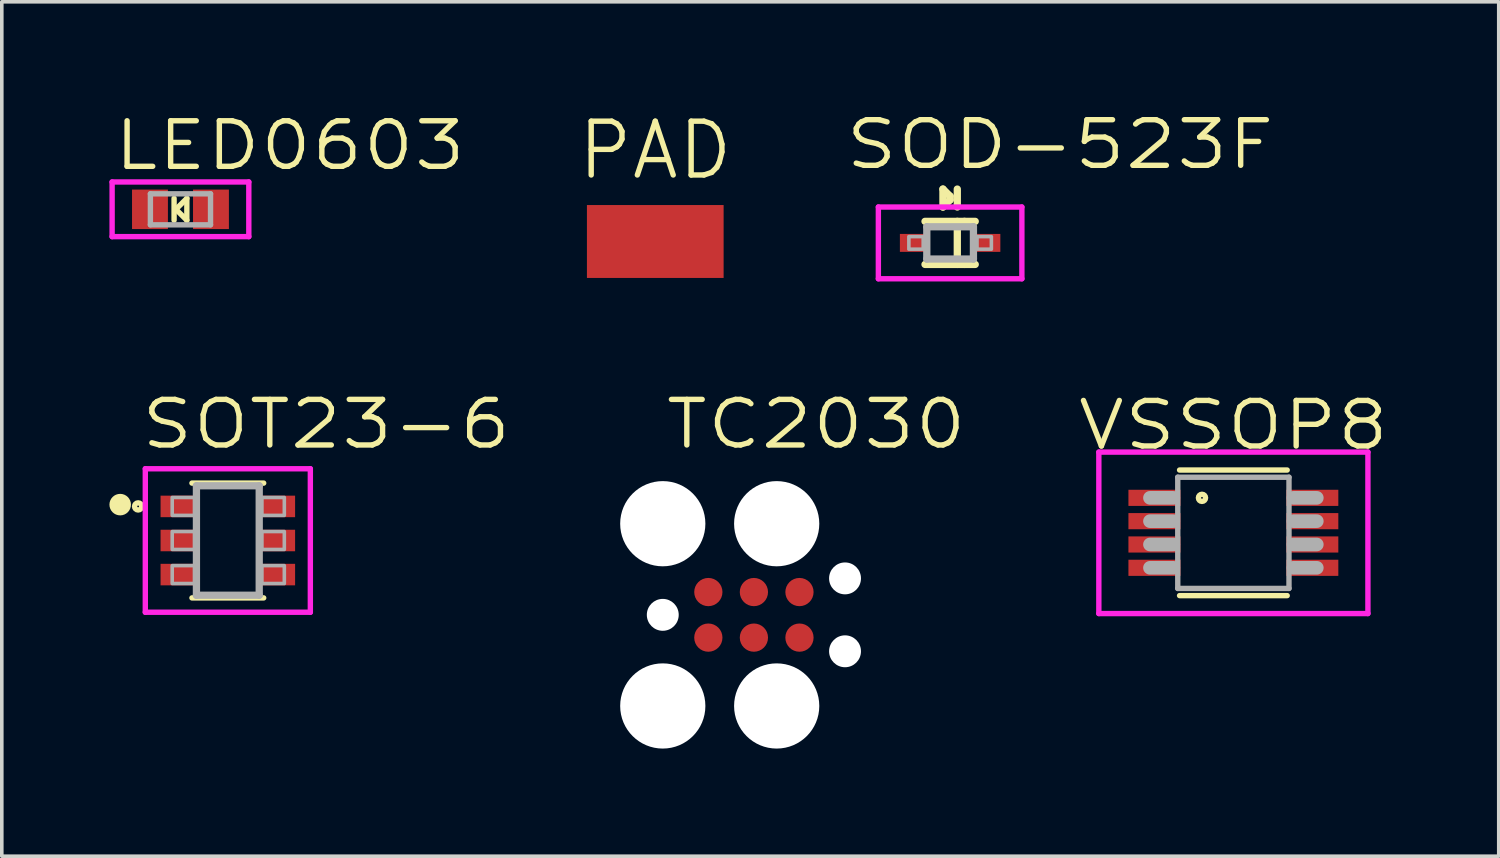
<source format=kicad_pcb>
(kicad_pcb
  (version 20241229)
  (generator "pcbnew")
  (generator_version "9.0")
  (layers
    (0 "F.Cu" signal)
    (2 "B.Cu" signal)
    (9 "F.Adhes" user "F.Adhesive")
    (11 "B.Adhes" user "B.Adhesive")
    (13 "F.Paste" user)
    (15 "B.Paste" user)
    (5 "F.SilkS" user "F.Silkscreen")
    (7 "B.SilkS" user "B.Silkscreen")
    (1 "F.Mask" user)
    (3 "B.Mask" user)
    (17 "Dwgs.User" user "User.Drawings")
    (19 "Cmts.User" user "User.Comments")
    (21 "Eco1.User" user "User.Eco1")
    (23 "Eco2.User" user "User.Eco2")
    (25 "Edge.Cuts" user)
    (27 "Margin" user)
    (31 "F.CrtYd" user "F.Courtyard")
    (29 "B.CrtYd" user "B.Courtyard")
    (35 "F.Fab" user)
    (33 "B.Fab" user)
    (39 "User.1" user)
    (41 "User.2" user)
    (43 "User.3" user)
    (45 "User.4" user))
  (footprint "PAD"
    (layer "F.Cu")
    (at 15.214 3.681)
    (property "Reference" "PAD" (at 0 -2.54 0) (layer "F.SilkS") (effects (font (size 1.5 1.5) (thickness 0.15))))
    (attr through_hole)
    (pad "1" smd rect (at 0 0) (size 3.81 2.032) (layers "F.Cu" "F.Mask" "F.Paste")))
  (footprint "SOD-523F"
    (layer "F.Cu")
    (at 23.432 3.72)
    (property "Reference" "SOD-523F" (at -3 -2 0) (layer "F.SilkS") (effects (font (size 1.27 1.5) (thickness 0.15)) (justify left bottom)))
    (attr through_hole)
    (fp_line (start -0.7 -0.6) (end 0.4 -0.6) (stroke (width 0.203) (type solid)) (layer "F.SilkS"))
    (fp_line (start -0.2 -1.5) (end -0.2 -1) (stroke (width 0.203) (type solid)) (layer "F.SilkS"))
    (fp_line (start -0.2 -1) (end 0 -1.2) (stroke (width 0.203) (type solid)) (layer "F.SilkS"))
    (fp_line (start 0 -1.3) (end -0.2 -1.5) (stroke (width 0.203) (type solid)) (layer "F.SilkS"))
    (fp_line (start 0 -1.2) (end 0 -1.3) (stroke (width 0.203) (type solid)) (layer "F.SilkS"))
    (fp_line (start 0.2 -1.5) (end 0.2 -1) (stroke (width 0.203) (type solid)) (layer "F.SilkS"))
    (fp_line (start 0.2 -0.6) (end 0.2 0.6) (stroke (width 0.203) (type solid)) (layer "F.SilkS"))
    (fp_line (start 0.4 -0.6) (end 0.7 -0.6) (stroke (width 0.203) (type solid)) (layer "F.SilkS"))
    (fp_line (start 0.4 0.6) (end -0.7 0.6) (stroke (width 0.203) (type solid)) (layer "F.SilkS"))
    (fp_line (start 0.7 0.6) (end 0.4 0.6) (stroke (width 0.203) (type solid)) (layer "F.SilkS"))
    (fp_line (start -2 -1) (end 2 -1) (stroke (width 0.15) (type solid)) (layer "F.CrtYd"))
    (fp_line (start -2 1) (end -2 -1) (stroke (width 0.15) (type solid)) (layer "F.CrtYd"))
    (fp_line (start 2 -1) (end 2 1) (stroke (width 0.15) (type solid)) (layer "F.CrtYd"))
    (fp_line (start 2 1) (end -2 1) (stroke (width 0.15) (type solid)) (layer "F.CrtYd"))
    (fp_line (start -0.65 -0.45) (end -0.65 0.45) (stroke (width 0.203) (type solid)) (layer "F.Fab"))
    (fp_line (start -0.65 0.45) (end 0.65 0.45) (stroke (width 0.203) (type solid)) (layer "F.Fab"))
    (fp_line (start 0.65 -0.45) (end -0.65 -0.45) (stroke (width 0.203) (type solid)) (layer "F.Fab"))
    (fp_line (start 0.65 0.45) (end 0.65 -0.45) (stroke (width 0.203) (type solid)) (layer "F.Fab"))
    (fp_poly (pts (xy -1.15 0.175) (xy -0.75 0.175) (xy -0.75 -0.175) (xy -1.15 -0.175)) (stroke (width 0.1) (type solid)) (fill no) (layer "F.Fab"))
    (fp_poly (pts (xy 0.75 0.175) (xy 1.15 0.175) (xy 1.15 -0.175) (xy 0.75 -0.175)) (stroke (width 0.1) (type solid)) (fill no) (layer "F.Fab"))
    (pad "A" smd rect (at -1 0) (size 0.8 0.5) (layers "F.Cu" "F.Mask" "F.Paste"))
    (pad "K" smd rect (at 1 0) (size 0.8 0.5) (layers "F.Cu" "F.Mask" "F.Paste")))
  (footprint "LED0603"
    (layer "F.Cu")
    (at 1.98 2.784)
    (property "Reference" "LED0603" (at 3.048 -1.778 0) (layer "F.SilkS") (effects (font (size 1.27 1.5) (thickness 0.15))))
    (attr through_hole)
    (fp_line (start -0.178 -0.305) (end -0.178 0.305) (stroke (width 0.15) (type solid)) (layer "F.SilkS"))
    (fp_line (start -0.127 0) (end 0.178 -0.305) (stroke (width 0.15) (type solid)) (layer "F.SilkS"))
    (fp_line (start 0.178 -0.305) (end 0.178 0.305) (stroke (width 0.15) (type solid)) (layer "F.SilkS"))
    (fp_line (start 0.178 0.305) (end -0.127 0) (stroke (width 0.15) (type solid)) (layer "F.SilkS"))
    (fp_line (start -1.905 -0.762) (end 1.905 -0.762) (stroke (width 0.15) (type solid)) (layer "F.CrtYd"))
    (fp_line (start -1.905 0.762) (end -1.905 -0.762) (stroke (width 0.15) (type solid)) (layer "F.CrtYd"))
    (fp_line (start 1.905 -0.762) (end 1.905 0.762) (stroke (width 0.15) (type solid)) (layer "F.CrtYd"))
    (fp_line (start 1.905 0.762) (end -1.905 0.762) (stroke (width 0.15) (type solid)) (layer "F.CrtYd"))
    (fp_line (start -0.838 -0.432) (end 0.838 -0.432) (stroke (width 0.15) (type solid)) (layer "F.Fab"))
    (fp_line (start -0.838 0.432) (end -0.838 -0.432) (stroke (width 0.15) (type solid)) (layer "F.Fab"))
    (fp_line (start 0.838 -0.432) (end 0.838 0.432) (stroke (width 0.15) (type solid)) (layer "F.Fab"))
    (fp_line (start 0.838 0.432) (end -0.838 0.432) (stroke (width 0.15) (type solid)) (layer "F.Fab"))
    (pad "1" smd rect (at 0.85 0) (size 1 1.1) (layers "F.Cu" "F.Mask" "F.Paste"))
    (pad "2" smd rect (at -0.85 0) (size 1 1.1) (layers "F.Cu" "F.Mask" "F.Paste")))
  (footprint "TC2030"
    (layer "F.Cu")
    (at 15.423 14.087)
    (property "Reference" "TC2030" (at 0 -4.572 180) (layer "F.SilkS") (effects (font (size 1.27 1.5) (thickness 0.15)) (justify left bottom)))
    (attr through_hole)
    (pad "" np_thru_hole circle (at 0 -2.54) (size 2.375 2.375) (drill 2.375) (layers "*.Cu"))
    (pad "" np_thru_hole circle (at 0 0) (size 0.889 0.889) (drill 0.889) (layers "*.Cu"))
    (pad "" np_thru_hole circle (at 0 2.54) (size 2.375 2.375) (drill 2.375) (layers "*.Cu"))
    (pad "" np_thru_hole circle (at 3.175 -2.54) (size 2.375 2.375) (drill 2.375) (layers "*.Cu"))
    (pad "" np_thru_hole circle (at 3.175 2.54) (size 2.375 2.375) (drill 2.375) (layers "*.Cu"))
    (pad "" np_thru_hole circle (at 5.08 -1.016) (size 0.889 0.889) (drill 0.889) (layers "*.Cu"))
    (pad "" np_thru_hole circle (at 5.08 1.016) (size 0.889 0.889) (drill 0.889) (layers "*.Cu"))
    (pad "1" smd circle (at 1.27 0.635) (size 0.787 0.787) (layers "F.Cu" "F.Mask" "F.Paste"))
    (pad "2" smd circle (at 1.27 -0.635) (size 0.787 0.787) (layers "F.Cu" "F.Mask" "F.Paste"))
    (pad "3" smd circle (at 2.54 0.635) (size 0.787 0.787) (layers "F.Cu" "F.Mask" "F.Paste"))
    (pad "4" smd circle (at 2.54 -0.635) (size 0.787 0.787) (layers "F.Cu" "F.Mask" "F.Paste"))
    (pad "5" smd circle (at 3.81 0.635) (size 0.787 0.787) (layers "F.Cu" "F.Mask" "F.Paste"))
    (pad "6" smd circle (at 3.81 -0.635) (size 0.787 0.787) (layers "F.Cu" "F.Mask" "F.Paste")))
  (footprint "SOT23-6"
    (layer "F.Cu")
    (at 3.3 12.015)
    (property "Reference" "SOT23-6" (at -2.5 -2.5 0) (layer "F.SilkS") (effects (font (size 1.27 1.5) (thickness 0.15)) (justify left bottom)))
    (attr through_hole)
    (fp_line (start -1 -1.6) (end 1 -1.6) (stroke (width 0.15) (type solid)) (layer "F.SilkS"))
    (fp_line (start -1 1.6) (end 1 1.6) (stroke (width 0.15) (type solid)) (layer "F.SilkS"))
    (fp_circle (center -3 -1) (end -2.7 -1) (stroke (width 0) (type solid)) (fill yes) (layer "F.SilkS"))
    (fp_circle (center -2.5 -0.95) (end -2.6 -0.95) (stroke (width 0.15) (type solid)) (fill no) (layer "F.SilkS"))
    (fp_line (start -2.3 -2) (end -2.3 2) (stroke (width 0.15) (type solid)) (layer "F.CrtYd"))
    (fp_line (start -2.3 2) (end 2.3 2) (stroke (width 0.15) (type solid)) (layer "F.CrtYd"))
    (fp_line (start 2.3 -2) (end -2.3 -2) (stroke (width 0.15) (type solid)) (layer "F.CrtYd"))
    (fp_line (start 2.3 2) (end 2.3 -2) (stroke (width 0.15) (type solid)) (layer "F.CrtYd"))
    (fp_line (start -0.875 -1.525) (end -0.875 1.525) (stroke (width 0.203) (type solid)) (layer "F.Fab"))
    (fp_line (start -0.875 1.525) (end 0.875 1.525) (stroke (width 0.203) (type solid)) (layer "F.Fab"))
    (fp_line (start 0.875 -1.525) (end -0.875 -1.525) (stroke (width 0.203) (type solid)) (layer "F.Fab"))
    (fp_line (start 0.875 1.525) (end 0.875 -1.525) (stroke (width 0.203) (type solid)) (layer "F.Fab"))
    (fp_poly (pts (xy -1.55 -0.7) (xy -0.925 -0.7) (xy -0.925 -1.2) (xy -1.55 -1.2)) (stroke (width 0.1) (type solid)) (fill no) (layer "F.Fab"))
    (fp_poly (pts (xy -1.55 0.25) (xy -0.925 0.25) (xy -0.925 -0.25) (xy -1.55 -0.25)) (stroke (width 0.1) (type solid)) (fill no) (layer "F.Fab"))
    (fp_poly (pts (xy -1.55 1.2) (xy -0.925 1.2) (xy -0.925 0.7) (xy -1.55 0.7)) (stroke (width 0.1) (type solid)) (fill no) (layer "F.Fab"))
    (fp_poly (pts (xy 0.95 -0.7) (xy 1.575 -0.7) (xy 1.575 -1.2) (xy 0.95 -1.2)) (stroke (width 0.1) (type solid)) (fill no) (layer "F.Fab"))
    (fp_poly (pts (xy 0.95 0.25) (xy 1.575 0.25) (xy 1.575 -0.25) (xy 0.95 -0.25)) (stroke (width 0.1) (type solid)) (fill no) (layer "F.Fab"))
    (fp_poly (pts (xy 0.95 1.2) (xy 1.575 1.2) (xy 1.575 0.7) (xy 0.95 0.7)) (stroke (width 0.1) (type solid)) (fill no) (layer "F.Fab"))
    (pad "1" smd rect (at -1.35 -0.95) (size 1.05 0.6) (layers "F.Cu" "F.Mask" "F.Paste"))
    (pad "2" smd rect (at -1.35 0) (size 1.05 0.6) (layers "F.Cu" "F.Mask" "F.Paste"))
    (pad "3" smd rect (at -1.35 0.95) (size 1.05 0.6) (layers "F.Cu" "F.Mask" "F.Paste"))
    (pad "4" smd rect (at 1.35 0.95) (size 1.05 0.6) (layers "F.Cu" "F.Mask" "F.Paste"))
    (pad "5" smd rect (at 1.35 0) (size 1.05 0.6) (layers "F.Cu" "F.Mask" "F.Paste"))
    (pad "6" smd rect (at 1.35 -0.95) (size 1.05 0.6) (layers "F.Cu" "F.Mask" "F.Paste")))
  (footprint "VSSOP8"
    (layer "F.Cu")
    (at 31.327 11.801)
    (property "Reference" "VSSOP8" (at 0 -3 0) (layer "F.SilkS") (effects (font (size 1.27 1.5) (thickness 0.15))))
    (attr through_hole)
    (fp_line (start -1.5 -1.75) (end 1.5 -1.75) (stroke (width 0.15) (type solid)) (layer "F.SilkS"))
    (fp_line (start -1.5 1.75) (end 1.5 1.75) (stroke (width 0.15) (type solid)) (layer "F.SilkS"))
    (fp_circle (center -0.875 -0.975) (end -0.775 -0.975) (stroke (width 0.15) (type solid)) (fill no) (layer "F.SilkS"))
    (fp_line (start -3.75 -2.25) (end 3.75 -2.25) (stroke (width 0.15) (type solid)) (layer "F.CrtYd"))
    (fp_line (start -3.75 2.25) (end -3.75 -2.25) (stroke (width 0.15) (type solid)) (layer "F.CrtYd"))
    (fp_line (start 3.75 -2.25) (end 3.75 2.25) (stroke (width 0.15) (type solid)) (layer "F.CrtYd"))
    (fp_line (start 3.75 2.25) (end -3.75 2.25) (stroke (width 0.15) (type solid)) (layer "F.CrtYd"))
    (fp_line (start -2.325 -0.975) (end -1.675 -0.975) (stroke (width 0.38) (type solid)) (layer "F.Fab"))
    (fp_line (start -2.325 -0.325) (end -1.675 -0.325) (stroke (width 0.38) (type solid)) (layer "F.Fab"))
    (fp_line (start -2.325 0.325) (end -1.675 0.325) (stroke (width 0.38) (type solid)) (layer "F.Fab"))
    (fp_line (start -2.325 0.975) (end -1.675 0.975) (stroke (width 0.38) (type solid)) (layer "F.Fab"))
    (fp_line (start -1.55 -1.55) (end -1.55 1.55) (stroke (width 0.15) (type solid)) (layer "F.Fab"))
    (fp_line (start -1.55 1.55) (end 1.55 1.55) (stroke (width 0.15) (type solid)) (layer "F.Fab"))
    (fp_line (start 1.55 -1.55) (end -1.55 -1.55) (stroke (width 0.15) (type solid)) (layer "F.Fab"))
    (fp_line (start 1.55 1.55) (end 1.55 -1.55) (stroke (width 0.15) (type solid)) (layer "F.Fab"))
    (fp_line (start 2.325 -0.975) (end 1.675 -0.975) (stroke (width 0.38) (type solid)) (layer "F.Fab"))
    (fp_line (start 2.325 -0.325) (end 1.675 -0.325) (stroke (width 0.38) (type solid)) (layer "F.Fab"))
    (fp_line (start 2.325 0.325) (end 1.675 0.325) (stroke (width 0.38) (type solid)) (layer "F.Fab"))
    (fp_line (start 2.325 0.975) (end 1.675 0.975) (stroke (width 0.38) (type solid)) (layer "F.Fab"))
    (pad "1" smd rect (at -2.2 -0.975) (size 1.45 0.45) (layers "F.Cu" "F.Mask" "F.Paste"))
    (pad "2" smd rect (at -2.2 -0.325) (size 1.45 0.45) (layers "F.Cu" "F.Mask" "F.Paste"))
    (pad "3" smd rect (at -2.2 0.325) (size 1.45 0.45) (layers "F.Cu" "F.Mask" "F.Paste"))
    (pad "4" smd rect (at -2.2 0.975) (size 1.45 0.45) (layers "F.Cu" "F.Mask" "F.Paste"))
    (pad "5" smd rect (at 2.2 0.975) (size 1.45 0.45) (layers "F.Cu" "F.Mask" "F.Paste"))
    (pad "6" smd rect (at 2.2 0.325) (size 1.45 0.45) (layers "F.Cu" "F.Mask" "F.Paste"))
    (pad "7" smd rect (at 2.2 -0.325) (size 1.45 0.45) (layers "F.Cu" "F.Mask" "F.Paste"))
    (pad "8" smd rect (at 2.2 -0.975) (size 1.45 0.45) (layers "F.Cu" "F.Mask" "F.Paste")))
  (gr_rect
    (start -3 -3)
    (end 38.723 20.814)
    (stroke (width 0.1) (type default))
    (fill no)
    (layer "Edge.Cuts")))
</source>
